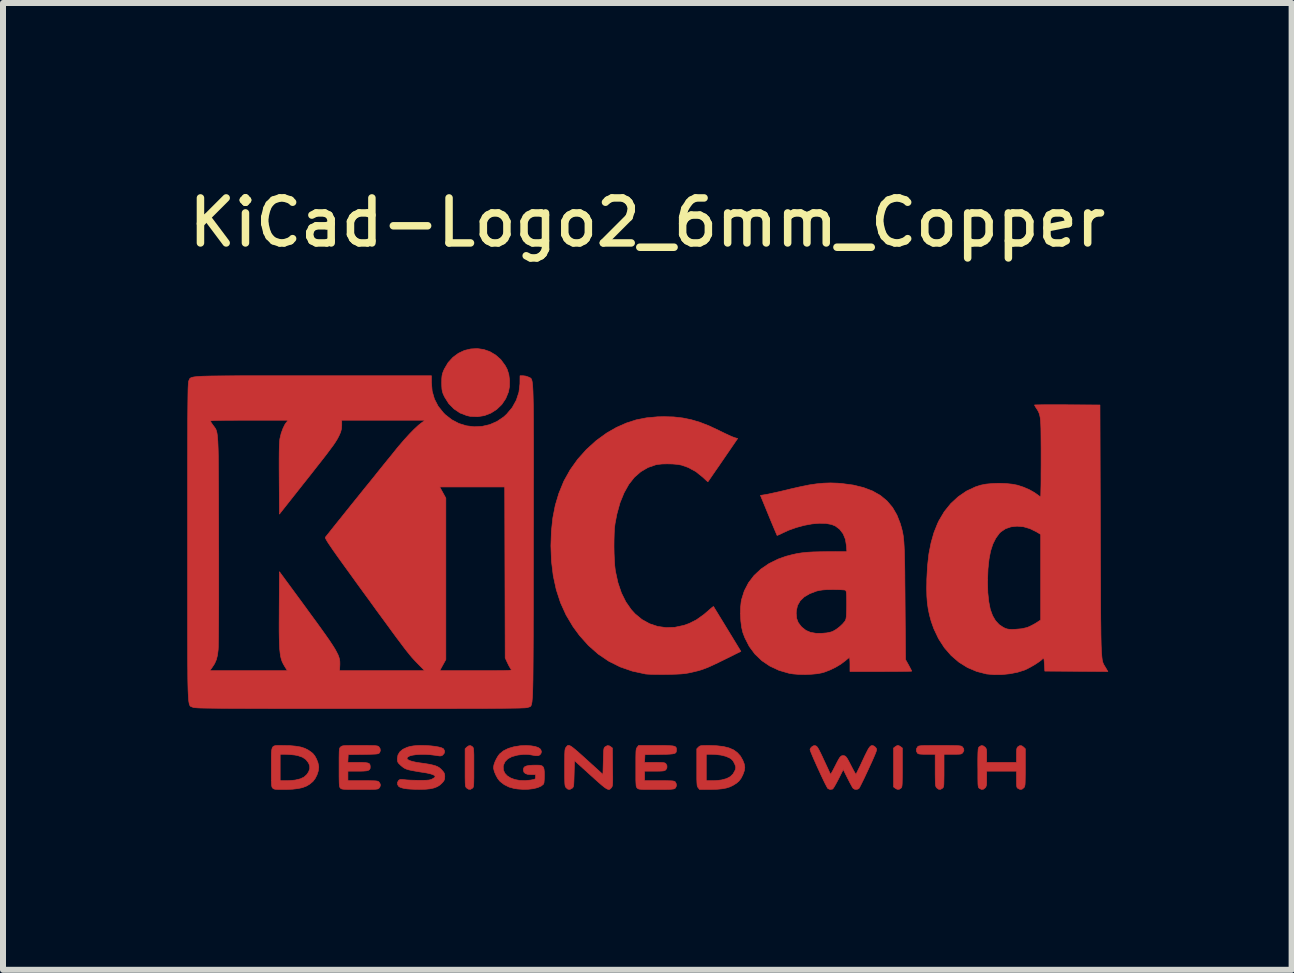
<source format=kicad_pcb>
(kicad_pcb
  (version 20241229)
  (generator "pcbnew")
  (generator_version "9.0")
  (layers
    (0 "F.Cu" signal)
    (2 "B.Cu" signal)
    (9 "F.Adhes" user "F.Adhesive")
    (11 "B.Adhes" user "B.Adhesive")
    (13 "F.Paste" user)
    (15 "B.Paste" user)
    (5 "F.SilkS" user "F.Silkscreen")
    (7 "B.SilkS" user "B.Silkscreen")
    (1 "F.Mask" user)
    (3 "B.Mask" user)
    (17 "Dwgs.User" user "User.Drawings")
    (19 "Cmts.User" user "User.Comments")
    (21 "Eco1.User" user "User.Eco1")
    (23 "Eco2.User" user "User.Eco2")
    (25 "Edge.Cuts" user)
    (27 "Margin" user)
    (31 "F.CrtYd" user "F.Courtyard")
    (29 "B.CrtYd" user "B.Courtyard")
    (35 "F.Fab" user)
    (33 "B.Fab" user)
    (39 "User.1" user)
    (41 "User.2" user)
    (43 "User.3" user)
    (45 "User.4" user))
  (footprint "KiCad-Logo2_6mm_Copper"
    (layer "F.Cu")
    (at 7.737 5.738)
    (property "Reference" "KiCad-Logo2_6mm_Copper" (at 0 -5.08 0) (layer "F.SilkS") (effects (font (size 0.75 0.75) (thickness 0.125))))
    (attr exclude_from_pos_files exclude_from_bom allow_missing_courtyard)
    (fp_poly (pts (xy 4.2 3.642) (xy 4.224 3.657) (xy 4.251 3.678) (xy 4.251 4) (xy 4.251 4.094) (xy 4.25 4.168) (xy 4.249 4.225) (xy 4.248 4.267) (xy 4.246 4.297) (xy 4.243 4.317) (xy 4.239 4.331) (xy 4.233 4.341) (xy 4.229 4.345) (xy 4.198 4.366) (xy 4.162 4.365) (xy 4.131 4.347) (xy 4.104 4.326) (xy 4.104 3.678) (xy 4.131 3.657) (xy 4.156 3.641) (xy 4.177 3.635) (xy 4.2 3.642)) (stroke (width 0.01) (type solid)) (fill yes) (layer "F.Cu"))
    (fp_poly (pts (xy -2.912 3.658) (xy -2.906 3.665) (xy -2.9 3.675) (xy -2.896 3.69) (xy -2.894 3.712) (xy -2.892 3.744) (xy -2.89 3.789) (xy -2.89 3.849) (xy -2.89 3.926) (xy -2.89 4.002) (xy -2.89 4.096) (xy -2.89 4.17) (xy -2.891 4.226) (xy -2.892 4.268) (xy -2.894 4.298) (xy -2.897 4.318) (xy -2.901 4.332) (xy -2.907 4.341) (xy -2.912 4.346) (xy -2.945 4.366) (xy -2.98 4.364) (xy -3.012 4.343) (xy -3.019 4.335) (xy -3.025 4.325) (xy -3.029 4.311) (xy -3.032 4.291) (xy -3.034 4.261) (xy -3.035 4.219) (xy -3.036 4.162) (xy -3.036 4.088) (xy -3.036 4.004) (xy -3.036 3.691) (xy -3.009 3.663) (xy -2.974 3.64) (xy -2.941 3.639) (xy -2.912 3.658)) (stroke (width 0.01) (type solid)) (fill yes) (layer "F.Cu"))
    (fp_poly (pts (xy -2.726 -2.964) (xy -2.623 -2.928) (xy -2.527 -2.871) (xy -2.441 -2.795) (xy -2.369 -2.697) (xy -2.336 -2.636) (xy -2.308 -2.55) (xy -2.295 -2.451) (xy -2.296 -2.35) (xy -2.313 -2.257) (xy -2.359 -2.145) (xy -2.425 -2.047) (xy -2.509 -1.966) (xy -2.606 -1.904) (xy -2.714 -1.862) (xy -2.829 -1.844) (xy -2.948 -1.849) (xy -3.007 -1.862) (xy -3.121 -1.906) (xy -3.222 -1.974) (xy -3.309 -2.063) (xy -3.377 -2.171) (xy -3.383 -2.183) (xy -3.403 -2.227) (xy -3.415 -2.265) (xy -3.422 -2.304) (xy -3.425 -2.355) (xy -3.426 -2.41) (xy -3.425 -2.476) (xy -3.421 -2.523) (xy -3.413 -2.562) (xy -3.399 -2.6) (xy -3.382 -2.639) (xy -3.318 -2.747) (xy -3.238 -2.834) (xy -3.147 -2.901) (xy -3.047 -2.948) (xy -2.941 -2.973) (xy -2.833 -2.979) (xy -2.726 -2.964)) (stroke (width 0.01) (type solid)) (fill yes) (layer "F.Cu"))
    (fp_poly (pts (xy 4.975 3.635) (xy 5.053 3.636) (xy 5.115 3.637) (xy 5.161 3.638) (xy 5.194 3.64) (xy 5.217 3.643) (xy 5.232 3.646) (xy 5.243 3.651) (xy 5.248 3.655) (xy 5.273 3.688) (xy 5.276 3.721) (xy 5.26 3.752) (xy 5.25 3.764) (xy 5.239 3.773) (xy 5.223 3.778) (xy 5.197 3.781) (xy 5.159 3.782) (xy 5.102 3.782) (xy 5.091 3.782) (xy 4.945 3.782) (xy 4.945 4.053) (xy 4.945 4.138) (xy 4.944 4.204) (xy 4.943 4.253) (xy 4.942 4.288) (xy 4.939 4.312) (xy 4.935 4.328) (xy 4.929 4.338) (xy 4.922 4.346) (xy 4.889 4.366) (xy 4.855 4.365) (xy 4.824 4.342) (xy 4.822 4.339) (xy 4.814 4.329) (xy 4.808 4.316) (xy 4.804 4.299) (xy 4.801 4.274) (xy 4.8 4.238) (xy 4.799 4.188) (xy 4.798 4.122) (xy 4.798 4.046) (xy 4.798 3.782) (xy 4.659 3.782) (xy 4.599 3.782) (xy 4.558 3.78) (xy 4.53 3.777) (xy 4.513 3.771) (xy 4.502 3.763) (xy 4.501 3.761) (xy 4.484 3.728) (xy 4.486 3.691) (xy 4.505 3.658) (xy 4.512 3.651) (xy 4.521 3.646) (xy 4.535 3.643) (xy 4.556 3.64) (xy 4.587 3.638) (xy 4.63 3.636) (xy 4.687 3.636) (xy 4.762 3.635) (xy 4.856 3.635) (xy 4.876 3.635) (xy 4.975 3.635)) (stroke (width 0.01) (type solid)) (fill yes) (layer "F.Cu"))
    (fp_poly (pts (xy 6.241 3.641) (xy 6.272 3.663) (xy 6.3 3.691) (xy 6.3 4) (xy 6.3 4.092) (xy 6.299 4.164) (xy 6.298 4.219) (xy 6.297 4.26) (xy 6.295 4.289) (xy 6.291 4.309) (xy 6.287 4.323) (xy 6.281 4.333) (xy 6.276 4.339) (xy 6.245 4.364) (xy 6.21 4.367) (xy 6.178 4.351) (xy 6.167 4.343) (xy 6.16 4.331) (xy 6.156 4.312) (xy 6.154 4.281) (xy 6.153 4.235) (xy 6.153 4.199) (xy 6.153 4.064) (xy 5.656 4.064) (xy 5.656 4.187) (xy 5.656 4.243) (xy 5.654 4.282) (xy 5.649 4.308) (xy 5.642 4.326) (xy 5.633 4.339) (xy 5.602 4.364) (xy 5.567 4.367) (xy 5.533 4.349) (xy 5.524 4.34) (xy 5.518 4.328) (xy 5.514 4.309) (xy 5.511 4.28) (xy 5.51 4.236) (xy 5.509 4.174) (xy 5.509 4.16) (xy 5.509 4.044) (xy 5.508 3.948) (xy 5.508 3.87) (xy 5.509 3.809) (xy 5.51 3.762) (xy 5.512 3.727) (xy 5.514 3.701) (xy 5.517 3.684) (xy 5.521 3.672) (xy 5.526 3.664) (xy 5.532 3.658) (xy 5.564 3.638) (xy 5.597 3.641) (xy 5.628 3.663) (xy 5.641 3.677) (xy 5.649 3.693) (xy 5.654 3.716) (xy 5.656 3.75) (xy 5.656 3.802) (xy 5.656 3.917) (xy 6.153 3.917) (xy 6.153 3.799) (xy 6.153 3.744) (xy 6.155 3.707) (xy 6.16 3.683) (xy 6.167 3.668) (xy 6.175 3.658) (xy 6.207 3.638) (xy 6.241 3.641)) (stroke (width 0.01) (type solid)) (fill yes) (layer "F.Cu"))
    (fp_poly (pts (xy 1.03 3.635) (xy 1.159 3.64) (xy 1.269 3.653) (xy 1.361 3.676) (xy 1.438 3.709) (xy 1.5 3.754) (xy 1.551 3.81) (xy 1.591 3.88) (xy 1.592 3.882) (xy 1.616 3.944) (xy 1.625 3.999) (xy 1.618 4.054) (xy 1.595 4.117) (xy 1.591 4.127) (xy 1.562 4.183) (xy 1.529 4.227) (xy 1.487 4.264) (xy 1.429 4.3) (xy 1.426 4.302) (xy 1.375 4.326) (xy 1.318 4.344) (xy 1.251 4.357) (xy 1.17 4.365) (xy 1.072 4.368) (xy 1.037 4.368) (xy 0.871 4.369) (xy 0.848 4.339) (xy 0.841 4.33) (xy 0.836 4.318) (xy 0.831 4.302) (xy 0.829 4.279) (xy 0.827 4.247) (xy 0.826 4.222) (xy 0.983 4.222) (xy 1.076 4.222) (xy 1.131 4.221) (xy 1.188 4.216) (xy 1.234 4.21) (xy 1.237 4.21) (xy 1.319 4.188) (xy 1.383 4.155) (xy 1.43 4.109) (xy 1.463 4.049) (xy 1.469 4.033) (xy 1.474 4.009) (xy 1.472 3.984) (xy 1.46 3.952) (xy 1.453 3.936) (xy 1.43 3.893) (xy 1.402 3.863) (xy 1.371 3.843) (xy 1.309 3.816) (xy 1.229 3.796) (xy 1.137 3.785) (xy 1.07 3.782) (xy 0.983 3.782) (xy 0.983 4.222) (xy 0.826 4.222) (xy 0.825 4.201) (xy 0.825 4.141) (xy 0.825 4.062) (xy 0.825 4) (xy 0.825 3.691) (xy 0.852 3.663) (xy 0.865 3.652) (xy 0.878 3.644) (xy 0.896 3.639) (xy 0.924 3.637) (xy 0.966 3.636) (xy 1.026 3.635) (xy 1.03 3.635)) (stroke (width 0.01) (type solid)) (fill yes) (layer "F.Cu"))
    (fp_poly (pts (xy -6.11 3.635) (xy -6.07 3.636) (xy -5.954 3.638) (xy -5.858 3.647) (xy -5.776 3.661) (xy -5.707 3.683) (xy -5.647 3.714) (xy -5.592 3.753) (xy -5.572 3.77) (xy -5.54 3.81) (xy -5.511 3.864) (xy -5.488 3.924) (xy -5.476 3.981) (xy -5.475 4.002) (xy -5.483 4.061) (xy -5.504 4.125) (xy -5.535 4.186) (xy -5.572 4.235) (xy -5.578 4.24) (xy -5.629 4.282) (xy -5.684 4.314) (xy -5.748 4.338) (xy -5.823 4.354) (xy -5.912 4.364) (xy -6.019 4.369) (xy -6.068 4.369) (xy -6.13 4.369) (xy -6.174 4.367) (xy -6.203 4.365) (xy -6.222 4.36) (xy -6.235 4.353) (xy -6.242 4.346) (xy -6.249 4.339) (xy -6.254 4.329) (xy -6.258 4.315) (xy -6.261 4.293) (xy -6.263 4.26) (xy -6.264 4.216) (xy -6.265 4.156) (xy -6.265 4.078) (xy -6.265 4.002) (xy -6.265 3.901) (xy -6.265 3.821) (xy -6.264 3.782) (xy -6.118 3.782) (xy -6.118 4.222) (xy -6.025 4.222) (xy -5.969 4.221) (xy -5.91 4.216) (xy -5.861 4.211) (xy -5.86 4.21) (xy -5.781 4.191) (xy -5.719 4.161) (xy -5.673 4.119) (xy -5.643 4.073) (xy -5.625 4.022) (xy -5.626 3.974) (xy -5.647 3.923) (xy -5.689 3.87) (xy -5.746 3.831) (xy -5.821 3.805) (xy -5.871 3.795) (xy -5.928 3.789) (xy -5.988 3.784) (xy -6.039 3.782) (xy -6.042 3.782) (xy -6.118 3.782) (xy -6.264 3.782) (xy -6.264 3.758) (xy -6.259 3.711) (xy -6.251 3.678) (xy -6.238 3.656) (xy -6.218 3.643) (xy -6.191 3.637) (xy -6.155 3.635) (xy -6.11 3.635)) (stroke (width 0.01) (type solid)) (fill yes) (layer "F.Cu"))
    (fp_poly (pts (xy -1.288 3.64) (xy -1.265 3.653) (xy -1.234 3.676) (xy -1.194 3.709) (xy -1.144 3.752) (xy -1.082 3.807) (xy -1.006 3.876) (xy -0.92 3.954) (xy -0.739 4.118) (xy -0.733 3.898) (xy -0.731 3.823) (xy -0.729 3.766) (xy -0.727 3.726) (xy -0.724 3.698) (xy -0.72 3.681) (xy -0.714 3.669) (xy -0.705 3.66) (xy -0.701 3.657) (xy -0.667 3.638) (xy -0.634 3.641) (xy -0.608 3.657) (xy -0.581 3.678) (xy -0.578 3.993) (xy -0.577 4.086) (xy -0.576 4.159) (xy -0.576 4.214) (xy -0.577 4.256) (xy -0.579 4.285) (xy -0.582 4.305) (xy -0.586 4.32) (xy -0.592 4.33) (xy -0.598 4.339) (xy -0.612 4.354) (xy -0.625 4.365) (xy -0.64 4.369) (xy -0.659 4.365) (xy -0.684 4.353) (xy -0.716 4.331) (xy -0.757 4.298) (xy -0.809 4.253) (xy -0.874 4.195) (xy -0.948 4.128) (xy -1.213 3.888) (xy -1.219 4.107) (xy -1.221 4.182) (xy -1.223 4.239) (xy -1.225 4.279) (xy -1.228 4.306) (xy -1.233 4.324) (xy -1.239 4.335) (xy -1.247 4.344) (xy -1.251 4.347) (xy -1.288 4.367) (xy -1.323 4.364) (xy -1.353 4.339) (xy -1.36 4.329) (xy -1.366 4.318) (xy -1.37 4.302) (xy -1.373 4.279) (xy -1.375 4.246) (xy -1.376 4.201) (xy -1.377 4.14) (xy -1.377 4.061) (xy -1.377 4.002) (xy -1.377 3.911) (xy -1.376 3.839) (xy -1.376 3.784) (xy -1.374 3.744) (xy -1.372 3.715) (xy -1.368 3.695) (xy -1.364 3.681) (xy -1.358 3.671) (xy -1.353 3.665) (xy -1.342 3.651) (xy -1.332 3.64) (xy -1.32 3.634) (xy -1.306 3.634) (xy -1.288 3.64)) (stroke (width 0.01) (type solid)) (fill yes) (layer "F.Cu"))
    (fp_poly (pts (xy -1.938 3.641) (xy -1.87 3.652) (xy -1.817 3.67) (xy -1.783 3.694) (xy -1.774 3.707) (xy -1.764 3.738) (xy -1.771 3.767) (xy -1.791 3.793) (xy -1.822 3.806) (xy -1.867 3.805) (xy -1.903 3.798) (xy -1.981 3.785) (xy -2.061 3.784) (xy -2.15 3.794) (xy -2.175 3.799) (xy -2.258 3.822) (xy -2.323 3.857) (xy -2.369 3.903) (xy -2.395 3.959) (xy -2.401 3.988) (xy -2.397 4.046) (xy -2.374 4.098) (xy -2.333 4.142) (xy -2.277 4.177) (xy -2.207 4.203) (xy -2.126 4.218) (xy -2.036 4.221) (xy -1.939 4.211) (xy -1.934 4.21) (xy -1.895 4.203) (xy -1.874 4.196) (xy -1.865 4.185) (xy -1.862 4.168) (xy -1.862 4.159) (xy -1.862 4.121) (xy -1.931 4.121) (xy -1.991 4.117) (xy -2.032 4.103) (xy -2.056 4.08) (xy -2.065 4.045) (xy -2.065 4.041) (xy -2.06 4.011) (xy -2.043 3.99) (xy -2.01 3.976) (xy -1.96 3.967) (xy -1.911 3.964) (xy -1.841 3.963) (xy -1.789 3.965) (xy -1.755 3.975) (xy -1.733 3.995) (xy -1.721 4.027) (xy -1.716 4.074) (xy -1.715 4.136) (xy -1.717 4.206) (xy -1.721 4.253) (xy -1.728 4.278) (xy -1.73 4.28) (xy -1.769 4.312) (xy -1.826 4.337) (xy -1.897 4.355) (xy -1.98 4.365) (xy -2.069 4.367) (xy -2.163 4.36) (xy -2.218 4.352) (xy -2.304 4.328) (xy -2.384 4.288) (xy -2.451 4.236) (xy -2.461 4.226) (xy -2.495 4.182) (xy -2.524 4.128) (xy -2.548 4.072) (xy -2.561 4.02) (xy -2.562 4.001) (xy -2.556 3.96) (xy -2.538 3.908) (xy -2.513 3.855) (xy -2.483 3.805) (xy -2.457 3.773) (xy -2.396 3.724) (xy -2.317 3.685) (xy -2.223 3.657) (xy -2.117 3.64) (xy -2.02 3.636) (xy -1.938 3.641)) (stroke (width 0.01) (type solid)) (fill yes) (layer "F.Cu"))
    (fp_poly (pts (xy 0.242 3.635) (xy 0.318 3.636) (xy 0.377 3.639) (xy 0.42 3.642) (xy 0.45 3.648) (xy 0.469 3.657) (xy 0.48 3.669) (xy 0.485 3.685) (xy 0.486 3.705) (xy 0.486 3.708) (xy 0.485 3.73) (xy 0.48 3.748) (xy 0.469 3.761) (xy 0.449 3.77) (xy 0.418 3.776) (xy 0.372 3.78) (xy 0.31 3.783) (xy 0.228 3.784) (xy 0.203 3.785) (xy -0.039 3.788) (xy -0.042 3.853) (xy -0.046 3.917) (xy 0.122 3.917) (xy 0.188 3.918) (xy 0.235 3.919) (xy 0.267 3.921) (xy 0.287 3.925) (xy 0.301 3.931) (xy 0.31 3.94) (xy 0.311 3.94) (xy 0.328 3.973) (xy 0.327 4.01) (xy 0.309 4.041) (xy 0.305 4.044) (xy 0.292 4.052) (xy 0.275 4.058) (xy 0.248 4.061) (xy 0.209 4.063) (xy 0.153 4.064) (xy 0.118 4.064) (xy -0.045 4.064) (xy -0.045 4.222) (xy 0.202 4.222) (xy 0.283 4.222) (xy 0.345 4.223) (xy 0.39 4.224) (xy 0.422 4.226) (xy 0.443 4.23) (xy 0.456 4.234) (xy 0.465 4.241) (xy 0.467 4.243) (xy 0.483 4.274) (xy 0.485 4.31) (xy 0.471 4.341) (xy 0.461 4.351) (xy 0.45 4.357) (xy 0.433 4.361) (xy 0.407 4.364) (xy 0.37 4.367) (xy 0.319 4.368) (xy 0.252 4.369) (xy 0.165 4.369) (xy 0.145 4.369) (xy 0.057 4.369) (xy -0.012 4.369) (xy -0.064 4.368) (xy -0.101 4.366) (xy -0.127 4.364) (xy -0.144 4.36) (xy -0.156 4.355) (xy -0.164 4.349) (xy -0.168 4.344) (xy -0.175 4.336) (xy -0.181 4.326) (xy -0.185 4.311) (xy -0.187 4.289) (xy -0.189 4.257) (xy -0.191 4.212) (xy -0.191 4.151) (xy -0.191 4.073) (xy -0.191 4.007) (xy -0.191 3.915) (xy -0.191 3.842) (xy -0.19 3.787) (xy -0.189 3.746) (xy -0.187 3.717) (xy -0.183 3.696) (xy -0.179 3.682) (xy -0.173 3.672) (xy -0.168 3.665) (xy -0.145 3.635) (xy 0.145 3.635) (xy 0.242 3.635)) (stroke (width 0.01) (type solid)) (fill yes) (layer "F.Cu"))
    (fp_poly (pts (xy -4.701 3.635) (xy -4.632 3.636) (xy -4.579 3.637) (xy -4.541 3.638) (xy -4.514 3.641) (xy -4.496 3.644) (xy -4.484 3.649) (xy -4.475 3.655) (xy -4.472 3.658) (xy -4.452 3.689) (xy -4.449 3.725) (xy -4.462 3.757) (xy -4.468 3.763) (xy -4.478 3.769) (xy -4.493 3.774) (xy -4.518 3.778) (xy -4.554 3.78) (xy -4.605 3.782) (xy -4.673 3.784) (xy -4.736 3.785) (xy -4.984 3.788) (xy -4.987 3.853) (xy -4.99 3.917) (xy -4.822 3.917) (xy -4.749 3.918) (xy -4.696 3.921) (xy -4.659 3.927) (xy -4.636 3.936) (xy -4.623 3.952) (xy -4.618 3.974) (xy -4.617 3.994) (xy -4.619 4.019) (xy -4.629 4.037) (xy -4.648 4.05) (xy -4.679 4.058) (xy -4.727 4.062) (xy -4.792 4.064) (xy -4.828 4.064) (xy -4.989 4.064) (xy -4.989 4.222) (xy -4.741 4.222) (xy -4.66 4.222) (xy -4.598 4.223) (xy -4.552 4.224) (xy -4.52 4.226) (xy -4.499 4.229) (xy -4.485 4.234) (xy -4.475 4.24) (xy -4.47 4.245) (xy -4.453 4.272) (xy -4.447 4.296) (xy -4.455 4.325) (xy -4.47 4.346) (xy -4.478 4.353) (xy -4.488 4.359) (xy -4.503 4.362) (xy -4.526 4.365) (xy -4.559 4.367) (xy -4.606 4.368) (xy -4.668 4.369) (xy -4.75 4.369) (xy -4.792 4.369) (xy -4.882 4.369) (xy -4.952 4.369) (xy -5.005 4.368) (xy -5.044 4.366) (xy -5.071 4.364) (xy -5.09 4.36) (xy -5.102 4.356) (xy -5.11 4.35) (xy -5.113 4.346) (xy -5.12 4.339) (xy -5.125 4.329) (xy -5.129 4.314) (xy -5.132 4.292) (xy -5.134 4.26) (xy -5.135 4.215) (xy -5.136 4.155) (xy -5.136 4.077) (xy -5.136 4.004) (xy -5.136 3.911) (xy -5.136 3.838) (xy -5.135 3.782) (xy -5.134 3.74) (xy -5.132 3.711) (xy -5.129 3.691) (xy -5.125 3.678) (xy -5.119 3.669) (xy -5.112 3.661) (xy -5.11 3.66) (xy -5.101 3.652) (xy -5.091 3.647) (xy -5.077 3.642) (xy -5.056 3.639) (xy -5.025 3.637) (xy -4.981 3.636) (xy -4.922 3.635) (xy -4.845 3.635) (xy -4.79 3.635) (xy -4.701 3.635)) (stroke (width 0.01) (type solid)) (fill yes) (layer "F.Cu"))
    (fp_poly (pts (xy 3.756 3.637) (xy 3.776 3.644) (xy 3.777 3.645) (xy 3.803 3.665) (xy 3.818 3.686) (xy 3.821 3.696) (xy 3.821 3.709) (xy 3.817 3.727) (xy 3.808 3.753) (xy 3.793 3.79) (xy 3.772 3.839) (xy 3.744 3.903) (xy 3.707 3.983) (xy 3.687 4.027) (xy 3.65 4.106) (xy 3.616 4.179) (xy 3.585 4.242) (xy 3.559 4.294) (xy 3.54 4.331) (xy 3.527 4.352) (xy 3.525 4.355) (xy 3.494 4.367) (xy 3.459 4.366) (xy 3.431 4.351) (xy 3.43 4.349) (xy 3.418 4.332) (xy 3.4 4.299) (xy 3.376 4.255) (xy 3.349 4.202) (xy 3.339 4.183) (xy 3.266 4.036) (xy 3.186 4.196) (xy 3.157 4.251) (xy 3.131 4.298) (xy 3.109 4.335) (xy 3.093 4.357) (xy 3.088 4.362) (xy 3.046 4.368) (xy 3.012 4.355) (xy 3.001 4.341) (xy 2.984 4.309) (xy 2.96 4.263) (xy 2.932 4.205) (xy 2.901 4.14) (xy 2.869 4.07) (xy 2.835 3.997) (xy 2.804 3.927) (xy 2.774 3.86) (xy 2.749 3.801) (xy 2.729 3.753) (xy 2.716 3.718) (xy 2.712 3.7) (xy 2.712 3.7) (xy 2.723 3.678) (xy 2.745 3.655) (xy 2.746 3.654) (xy 2.774 3.639) (xy 2.799 3.639) (xy 2.808 3.642) (xy 2.82 3.648) (xy 2.832 3.66) (xy 2.846 3.681) (xy 2.864 3.713) (xy 2.887 3.759) (xy 2.917 3.821) (xy 2.943 3.878) (xy 2.974 3.944) (xy 3.002 4.004) (xy 3.025 4.054) (xy 3.042 4.091) (xy 3.051 4.112) (xy 3.052 4.115) (xy 3.058 4.11) (xy 3.073 4.087) (xy 3.093 4.051) (xy 3.117 4.004) (xy 3.127 3.985) (xy 3.16 3.92) (xy 3.185 3.873) (xy 3.205 3.84) (xy 3.222 3.82) (xy 3.237 3.809) (xy 3.253 3.805) (xy 3.264 3.805) (xy 3.282 3.806) (xy 3.299 3.813) (xy 3.315 3.828) (xy 3.333 3.853) (xy 3.355 3.892) (xy 3.384 3.948) (xy 3.4 3.979) (xy 3.426 4.029) (xy 3.449 4.071) (xy 3.466 4.1) (xy 3.476 4.114) (xy 3.478 4.115) (xy 3.484 4.104) (xy 3.498 4.075) (xy 3.519 4.032) (xy 3.546 3.978) (xy 3.575 3.915) (xy 3.59 3.883) (xy 3.628 3.802) (xy 3.659 3.74) (xy 3.683 3.694) (xy 3.704 3.663) (xy 3.722 3.645) (xy 3.739 3.637) (xy 3.756 3.637)) (stroke (width 0.01) (type solid)) (fill yes) (layer "F.Cu"))
    (fp_poly (pts (xy -3.68 3.637) (xy -3.605 3.642) (xy -3.536 3.65) (xy -3.475 3.661) (xy -3.428 3.674) (xy -3.399 3.689) (xy -3.394 3.693) (xy -3.378 3.728) (xy -3.383 3.764) (xy -3.408 3.794) (xy -3.409 3.795) (xy -3.423 3.804) (xy -3.438 3.809) (xy -3.459 3.81) (xy -3.492 3.806) (xy -3.54 3.798) (xy -3.544 3.798) (xy -3.617 3.789) (xy -3.696 3.784) (xy -3.774 3.784) (xy -3.848 3.788) (xy -3.91 3.797) (xy -3.957 3.809) (xy -3.96 3.81) (xy -3.993 3.829) (xy -4.005 3.848) (xy -3.996 3.867) (xy -3.966 3.885) (xy -3.917 3.901) (xy -3.849 3.916) (xy -3.804 3.923) (xy -3.71 3.936) (xy -3.635 3.948) (xy -3.576 3.961) (xy -3.53 3.974) (xy -3.494 3.989) (xy -3.464 4.007) (xy -3.438 4.03) (xy -3.417 4.052) (xy -3.391 4.083) (xy -3.379 4.11) (xy -3.375 4.142) (xy -3.375 4.154) (xy -3.378 4.194) (xy -3.389 4.223) (xy -3.41 4.25) (xy -3.451 4.29) (xy -3.496 4.32) (xy -3.55 4.342) (xy -3.615 4.357) (xy -3.695 4.365) (xy -3.793 4.367) (xy -3.81 4.367) (xy -3.875 4.366) (xy -3.94 4.363) (xy -3.998 4.359) (xy -4.04 4.353) (xy -4.044 4.353) (xy -4.086 4.343) (xy -4.122 4.33) (xy -4.142 4.318) (xy -4.161 4.288) (xy -4.163 4.252) (xy -4.146 4.22) (xy -4.143 4.217) (xy -4.128 4.206) (xy -4.109 4.201) (xy -4.079 4.202) (xy -4.044 4.206) (xy -4.004 4.21) (xy -3.949 4.213) (xy -3.884 4.215) (xy -3.816 4.216) (xy -3.798 4.216) (xy -3.73 4.216) (xy -3.681 4.215) (xy -3.645 4.212) (xy -3.619 4.207) (xy -3.597 4.2) (xy -3.584 4.194) (xy -3.556 4.177) (xy -3.538 4.162) (xy -3.536 4.158) (xy -3.541 4.14) (xy -3.568 4.123) (xy -3.613 4.108) (xy -3.675 4.094) (xy -3.693 4.091) (xy -3.789 4.076) (xy -3.866 4.063) (xy -3.926 4.052) (xy -3.973 4.042) (xy -4.009 4.031) (xy -4.038 4.019) (xy -4.062 4.005) (xy -4.084 3.988) (xy -4.108 3.968) (xy -4.116 3.96) (xy -4.144 3.933) (xy -4.158 3.911) (xy -4.164 3.886) (xy -4.165 3.855) (xy -4.155 3.794) (xy -4.124 3.742) (xy -4.073 3.699) (xy -4.002 3.666) (xy -3.951 3.651) (xy -3.895 3.642) (xy -3.829 3.636) (xy -3.756 3.635) (xy -3.68 3.637)) (stroke (width 0.01) (type solid)) (fill yes) (layer "F.Cu"))
    (fp_poly (pts (xy 0.44 -1.84) (xy 0.588 -1.823) (xy 0.731 -1.794) (xy 0.876 -1.751) (xy 1.028 -1.692) (xy 1.192 -1.615) (xy 1.222 -1.6) (xy 1.29 -1.567) (xy 1.354 -1.537) (xy 1.408 -1.513) (xy 1.446 -1.498) (xy 1.451 -1.496) (xy 1.506 -1.48) (xy 1.26 -1.121) (xy 1.2 -1.033) (xy 1.144 -0.953) (xy 1.096 -0.883) (xy 1.057 -0.826) (xy 1.029 -0.785) (xy 1.013 -0.763) (xy 1.011 -0.759) (xy 1 -0.767) (xy 0.975 -0.789) (xy 0.939 -0.823) (xy 0.919 -0.841) (xy 0.806 -0.931) (xy 0.679 -0.999) (xy 0.57 -1.037) (xy 0.504 -1.049) (xy 0.422 -1.056) (xy 0.333 -1.058) (xy 0.247 -1.056) (xy 0.173 -1.048) (xy 0.144 -1.043) (xy 0.011 -0.997) (xy -0.108 -0.927) (xy -0.215 -0.834) (xy -0.308 -0.716) (xy -0.387 -0.575) (xy -0.454 -0.411) (xy -0.506 -0.223) (xy -0.537 -0.062) (xy -0.546 0.009) (xy -0.551 0.101) (xy -0.554 0.207) (xy -0.555 0.32) (xy -0.553 0.435) (xy -0.548 0.544) (xy -0.542 0.64) (xy -0.533 0.718) (xy -0.531 0.73) (xy -0.489 0.923) (xy -0.431 1.094) (xy -0.357 1.243) (xy -0.267 1.372) (xy -0.203 1.442) (xy -0.089 1.536) (xy 0.037 1.606) (xy 0.172 1.651) (xy 0.313 1.671) (xy 0.459 1.666) (xy 0.608 1.634) (xy 0.696 1.603) (xy 0.818 1.542) (xy 0.943 1.453) (xy 1.013 1.393) (xy 1.053 1.358) (xy 1.084 1.332) (xy 1.101 1.32) (xy 1.104 1.32) (xy 1.112 1.332) (xy 1.132 1.366) (xy 1.163 1.416) (xy 1.203 1.482) (xy 1.251 1.56) (xy 1.304 1.647) (xy 1.334 1.696) (xy 1.56 2.067) (xy 1.278 2.207) (xy 1.176 2.257) (xy 1.093 2.296) (xy 1.025 2.327) (xy 0.966 2.351) (xy 0.911 2.371) (xy 0.855 2.388) (xy 0.794 2.403) (xy 0.735 2.417) (xy 0.682 2.428) (xy 0.627 2.437) (xy 0.565 2.443) (xy 0.488 2.447) (xy 0.394 2.45) (xy 0.33 2.451) (xy 0.238 2.452) (xy 0.151 2.451) (xy 0.073 2.45) (xy 0.01 2.447) (xy -0.032 2.444) (xy -0.034 2.443) (xy -0.25 2.396) (xy -0.452 2.326) (xy -0.642 2.231) (xy -0.818 2.112) (xy -0.98 1.969) (xy -1.129 1.803) (xy -1.238 1.654) (xy -1.353 1.461) (xy -1.446 1.256) (xy -1.517 1.038) (xy -1.567 0.807) (xy -1.597 0.56) (xy -1.606 0.309) (xy -1.598 0.066) (xy -1.574 -0.158) (xy -1.533 -0.368) (xy -1.474 -0.565) (xy -1.396 -0.756) (xy -1.387 -0.776) (xy -1.284 -0.96) (xy -1.159 -1.135) (xy -1.013 -1.298) (xy -0.851 -1.445) (xy -0.676 -1.572) (xy -0.514 -1.665) (xy -0.349 -1.738) (xy -0.185 -1.791) (xy -0.013 -1.825) (xy 0.171 -1.842) (xy 0.281 -1.844) (xy 0.44 -1.84)) (stroke (width 0.01) (type solid)) (fill yes) (layer "F.Cu"))
    (fp_poly (pts (xy 6.842 -2.043) (xy 6.959 -2.043) (xy 6.999 -2.042) (xy 7.544 -2.039) (xy 7.551 0.055) (xy 7.552 0.339) (xy 7.553 0.597) (xy 7.554 0.83) (xy 7.555 1.039) (xy 7.555 1.227) (xy 7.556 1.393) (xy 7.557 1.54) (xy 7.559 1.669) (xy 7.56 1.782) (xy 7.562 1.879) (xy 7.564 1.961) (xy 7.567 2.031) (xy 7.57 2.09) (xy 7.574 2.138) (xy 7.578 2.177) (xy 7.582 2.209) (xy 7.588 2.235) (xy 7.594 2.257) (xy 7.601 2.274) (xy 7.609 2.29) (xy 7.618 2.305) (xy 7.627 2.32) (xy 7.638 2.337) (xy 7.64 2.341) (xy 7.676 2.403) (xy 7.15 2.399) (xy 6.625 2.396) (xy 6.618 2.28) (xy 6.614 2.225) (xy 6.61 2.193) (xy 6.605 2.18) (xy 6.597 2.183) (xy 6.59 2.19) (xy 6.561 2.217) (xy 6.514 2.251) (xy 6.456 2.289) (xy 6.392 2.326) (xy 6.33 2.359) (xy 6.283 2.38) (xy 6.171 2.415) (xy 6.044 2.44) (xy 5.909 2.454) (xy 5.777 2.455) (xy 5.656 2.444) (xy 5.654 2.444) (xy 5.49 2.402) (xy 5.335 2.336) (xy 5.193 2.247) (xy 5.065 2.137) (xy 4.951 2.006) (xy 4.854 1.856) (xy 4.775 1.689) (xy 4.731 1.565) (xy 4.703 1.462) (xy 4.682 1.361) (xy 4.667 1.258) (xy 4.659 1.146) (xy 4.656 1.019) (xy 4.658 0.915) (xy 5.671 0.915) (xy 5.675 1.089) (xy 5.691 1.239) (xy 5.716 1.366) (xy 5.754 1.471) (xy 5.803 1.555) (xy 5.864 1.621) (xy 5.934 1.668) (xy 5.971 1.685) (xy 6.003 1.695) (xy 6.038 1.7) (xy 6.086 1.701) (xy 6.137 1.699) (xy 6.238 1.69) (xy 6.318 1.672) (xy 6.343 1.664) (xy 6.4 1.638) (xy 6.461 1.605) (xy 6.487 1.589) (xy 6.556 1.544) (xy 6.556 0.117) (xy 6.48 0.072) (xy 6.375 0.021) (xy 6.268 -0.01) (xy 6.162 -0.019) (xy 6.061 -0.008) (xy 5.97 0.023) (xy 5.893 0.075) (xy 5.868 0.099) (xy 5.808 0.181) (xy 5.759 0.279) (xy 5.721 0.396) (xy 5.695 0.533) (xy 5.678 0.692) (xy 5.671 0.876) (xy 5.671 0.915) (xy 4.658 0.915) (xy 4.658 0.872) (xy 4.67 0.646) (xy 4.693 0.442) (xy 4.729 0.258) (xy 4.777 0.089) (xy 4.839 -0.066) (xy 4.861 -0.112) (xy 4.95 -0.262) (xy 5.058 -0.396) (xy 5.182 -0.51) (xy 5.319 -0.604) (xy 5.468 -0.674) (xy 5.557 -0.703) (xy 5.644 -0.72) (xy 5.749 -0.73) (xy 5.863 -0.734) (xy 5.977 -0.73) (xy 6.083 -0.719) (xy 6.167 -0.703) (xy 6.268 -0.67) (xy 6.366 -0.628) (xy 6.451 -0.58) (xy 6.497 -0.548) (xy 6.528 -0.525) (xy 6.55 -0.51) (xy 6.555 -0.508) (xy 6.557 -0.521) (xy 6.558 -0.559) (xy 6.559 -0.619) (xy 6.561 -0.699) (xy 6.562 -0.795) (xy 6.562 -0.906) (xy 6.563 -1.027) (xy 6.563 -1.151) (xy 6.563 -1.31) (xy 6.562 -1.444) (xy 6.561 -1.555) (xy 6.56 -1.647) (xy 6.557 -1.721) (xy 6.553 -1.781) (xy 6.548 -1.829) (xy 6.54 -1.867) (xy 6.531 -1.898) (xy 6.52 -1.925) (xy 6.507 -1.949) (xy 6.49 -1.975) (xy 6.488 -1.978) (xy 6.467 -2.011) (xy 6.455 -2.034) (xy 6.453 -2.039) (xy 6.466 -2.04) (xy 6.504 -2.041) (xy 6.563 -2.042) (xy 6.642 -2.043) (xy 6.735 -2.043) (xy 6.842 -2.043)) (stroke (width 0.01) (type solid)) (fill yes) (layer "F.Cu"))
    (fp_poly (pts (xy 3.168 -0.736) (xy 3.236 -0.731) (xy 3.43 -0.705) (xy 3.603 -0.663) (xy 3.753 -0.606) (xy 3.884 -0.532) (xy 3.994 -0.441) (xy 4.086 -0.333) (xy 4.16 -0.206) (xy 4.214 -0.069) (xy 4.227 -0.025) (xy 4.239 0.016) (xy 4.249 0.057) (xy 4.258 0.099) (xy 4.266 0.145) (xy 4.272 0.196) (xy 4.277 0.257) (xy 4.281 0.327) (xy 4.285 0.411) (xy 4.287 0.509) (xy 4.29 0.624) (xy 4.292 0.759) (xy 4.293 0.915) (xy 4.295 1.095) (xy 4.296 1.236) (xy 4.304 2.204) (xy 4.356 2.297) (xy 4.38 2.342) (xy 4.398 2.377) (xy 4.407 2.395) (xy 4.407 2.396) (xy 4.394 2.398) (xy 4.356 2.399) (xy 4.297 2.4) (xy 4.22 2.401) (xy 4.127 2.402) (xy 4.021 2.402) (xy 3.906 2.403) (xy 3.892 2.403) (xy 3.378 2.403) (xy 3.378 2.286) (xy 3.377 2.233) (xy 3.374 2.193) (xy 3.371 2.171) (xy 3.369 2.169) (xy 3.356 2.178) (xy 3.328 2.2) (xy 3.291 2.231) (xy 3.29 2.231) (xy 3.224 2.281) (xy 3.14 2.331) (xy 3.048 2.376) (xy 2.957 2.411) (xy 2.918 2.423) (xy 2.838 2.439) (xy 2.741 2.448) (xy 2.635 2.453) (xy 2.528 2.451) (xy 2.43 2.443) (xy 2.362 2.432) (xy 2.194 2.383) (xy 2.042 2.312) (xy 1.909 2.222) (xy 1.794 2.112) (xy 1.699 1.984) (xy 1.625 1.839) (xy 1.592 1.751) (xy 1.572 1.665) (xy 1.559 1.562) (xy 1.553 1.451) (xy 1.553 1.435) (xy 2.482 1.435) (xy 2.489 1.517) (xy 2.515 1.586) (xy 2.562 1.649) (xy 2.581 1.668) (xy 2.645 1.718) (xy 2.72 1.75) (xy 2.81 1.766) (xy 2.904 1.767) (xy 2.994 1.759) (xy 3.062 1.744) (xy 3.092 1.733) (xy 3.145 1.703) (xy 3.202 1.66) (xy 3.254 1.612) (xy 3.293 1.566) (xy 3.303 1.549) (xy 3.311 1.526) (xy 3.317 1.488) (xy 3.32 1.433) (xy 3.322 1.357) (xy 3.323 1.284) (xy 3.322 1.199) (xy 3.321 1.138) (xy 3.319 1.096) (xy 3.315 1.07) (xy 3.309 1.055) (xy 3.301 1.048) (xy 3.299 1.046) (xy 3.276 1.043) (xy 3.233 1.04) (xy 3.173 1.038) (xy 3.104 1.037) (xy 3.089 1.037) (xy 2.997 1.038) (xy 2.925 1.043) (xy 2.869 1.051) (xy 2.822 1.062) (xy 2.706 1.106) (xy 2.615 1.16) (xy 2.548 1.225) (xy 2.504 1.302) (xy 2.484 1.391) (xy 2.482 1.435) (xy 1.553 1.435) (xy 1.554 1.342) (xy 1.564 1.245) (xy 1.571 1.205) (xy 1.617 1.059) (xy 1.687 0.924) (xy 1.78 0.802) (xy 1.895 0.695) (xy 2.03 0.603) (xy 2.183 0.528) (xy 2.313 0.482) (xy 2.401 0.459) (xy 2.484 0.44) (xy 2.569 0.426) (xy 2.661 0.416) (xy 2.765 0.41) (xy 2.888 0.407) (xy 2.998 0.406) (xy 3.326 0.405) (xy 3.319 0.307) (xy 3.302 0.2) (xy 3.264 0.108) (xy 3.207 0.033) (xy 3.134 -0.022) (xy 3.07 -0.048) (xy 2.977 -0.065) (xy 2.867 -0.068) (xy 2.745 -0.057) (xy 2.615 -0.033) (xy 2.483 0.003) (xy 2.354 0.049) (xy 2.261 0.092) (xy 2.216 0.114) (xy 2.181 0.129) (xy 2.164 0.135) (xy 2.163 0.135) (xy 2.157 0.121) (xy 2.142 0.086) (xy 2.119 0.032) (xy 2.09 -0.037) (xy 2.056 -0.118) (xy 2.022 -0.201) (xy 1.886 -0.532) (xy 1.983 -0.548) (xy 2.025 -0.556) (xy 2.088 -0.57) (xy 2.167 -0.587) (xy 2.257 -0.608) (xy 2.351 -0.63) (xy 2.389 -0.64) (xy 2.552 -0.677) (xy 2.694 -0.706) (xy 2.822 -0.725) (xy 2.939 -0.736) (xy 3.053 -0.74) (xy 3.168 -0.736)) (stroke (width 0.01) (type solid)) (fill yes) (layer "F.Cu"))
    (fp_poly (pts (xy -5.956 -2.526) (xy -5.691 -2.526) (xy -5.568 -2.526) (xy -3.597 -2.526) (xy -3.597 -2.41) (xy -3.585 -2.269) (xy -3.547 -2.138) (xy -3.485 -2.018) (xy -3.396 -1.907) (xy -3.366 -1.877) (xy -3.258 -1.793) (xy -3.14 -1.731) (xy -3.013 -1.692) (xy -2.883 -1.676) (xy -2.752 -1.683) (xy -2.625 -1.712) (xy -2.504 -1.765) (xy -2.393 -1.84) (xy -2.343 -1.886) (xy -2.25 -1.997) (xy -2.182 -2.12) (xy -2.139 -2.252) (xy -2.122 -2.392) (xy -2.122 -2.406) (xy -2.121 -2.526) (xy -2.068 -2.526) (xy -2.022 -2.52) (xy -1.979 -2.504) (xy -1.976 -2.503) (xy -1.966 -2.498) (xy -1.957 -2.494) (xy -1.949 -2.49) (xy -1.942 -2.485) (xy -1.935 -2.477) (xy -1.929 -2.467) (xy -1.924 -2.451) (xy -1.919 -2.43) (xy -1.915 -2.402) (xy -1.911 -2.366) (xy -1.908 -2.321) (xy -1.905 -2.266) (xy -1.903 -2.199) (xy -1.901 -2.12) (xy -1.899 -2.027) (xy -1.898 -1.919) (xy -1.897 -1.795) (xy -1.897 -1.654) (xy -1.896 -1.495) (xy -1.896 -1.317) (xy -1.896 -1.118) (xy -1.896 -0.897) (xy -1.897 -0.654) (xy -1.897 -0.386) (xy -1.897 -0.094) (xy -1.898 0.224) (xy -1.898 0.263) (xy -1.898 0.584) (xy -1.899 0.878) (xy -1.899 1.147) (xy -1.899 1.392) (xy -1.9 1.614) (xy -1.9 1.814) (xy -1.901 1.994) (xy -1.902 2.154) (xy -1.903 2.296) (xy -1.904 2.421) (xy -1.905 2.529) (xy -1.907 2.623) (xy -1.909 2.702) (xy -1.911 2.769) (xy -1.914 2.825) (xy -1.918 2.87) (xy -1.921 2.906) (xy -1.926 2.934) (xy -1.931 2.954) (xy -1.936 2.969) (xy -1.942 2.979) (xy -1.949 2.986) (xy -1.956 2.99) (xy -1.965 2.993) (xy -1.974 2.995) (xy -1.983 2.999) (xy -1.986 3) (xy -1.993 3.002) (xy -2.006 3.005) (xy -2.025 3.007) (xy -2.051 3.009) (xy -2.085 3.01) (xy -2.129 3.012) (xy -2.184 3.013) (xy -2.25 3.014) (xy -2.329 3.015) (xy -2.422 3.016) (xy -2.53 3.017) (xy -2.654 3.018) (xy -2.795 3.019) (xy -2.955 3.019) (xy -3.134 3.019) (xy -3.333 3.02) (xy -3.554 3.02) (xy -3.798 3.02) (xy -4.066 3.02) (xy -4.358 3.02) (xy -4.677 3.02) (xy -4.78 3.02) (xy -5.106 3.02) (xy -5.405 3.02) (xy -5.679 3.02) (xy -5.929 3.02) (xy -6.156 3.02) (xy -6.361 3.019) (xy -6.545 3.019) (xy -6.71 3.018) (xy -6.856 3.018) (xy -6.984 3.017) (xy -7.097 3.016) (xy -7.194 3.015) (xy -7.277 3.014) (xy -7.347 3.013) (xy -7.405 3.012) (xy -7.453 3.011) (xy -7.491 3.009) (xy -7.52 3.007) (xy -7.542 3.005) (xy -7.558 3.003) (xy -7.569 3.001) (xy -7.574 2.998) (xy -7.585 2.994) (xy -7.594 2.991) (xy -7.603 2.988) (xy -7.611 2.983) (xy -7.618 2.977) (xy -7.624 2.967) (xy -7.63 2.952) (xy -7.635 2.932) (xy -7.64 2.905) (xy -7.644 2.87) (xy -7.647 2.826) (xy -7.65 2.772) (xy -7.653 2.706) (xy -7.655 2.628) (xy -7.657 2.536) (xy -7.658 2.43) (xy -7.658 2.389) (xy -7.292 2.389) (xy -5.997 2.389) (xy -6.022 2.351) (xy -6.046 2.312) (xy -6.067 2.275) (xy -6.085 2.238) (xy -6.099 2.197) (xy -6.111 2.15) (xy -6.119 2.094) (xy -6.126 2.028) (xy -6.13 1.948) (xy -6.133 1.852) (xy -6.135 1.736) (xy -6.135 1.6) (xy -6.134 1.439) (xy -6.134 1.379) (xy -6.13 0.74) (xy -5.725 1.291) (xy -5.611 1.448) (xy -5.511 1.584) (xy -5.426 1.702) (xy -5.354 1.803) (xy -5.294 1.889) (xy -5.245 1.963) (xy -5.206 2.025) (xy -5.177 2.078) (xy -5.154 2.123) (xy -5.139 2.163) (xy -5.129 2.198) (xy -5.124 2.231) (xy -5.123 2.264) (xy -5.123 2.299) (xy -5.124 2.303) (xy -5.128 2.389) (xy -3.709 2.389) (xy -3.814 2.283) (xy -3.843 2.253) (xy -3.87 2.225) (xy -3.897 2.196) (xy -3.925 2.165) (xy -3.955 2.129) (xy -3.988 2.088) (xy -4.026 2.041) (xy -4.069 1.984) (xy -4.119 1.917) (xy -4.178 1.839) (xy -4.245 1.748) (xy -4.323 1.641) (xy -4.413 1.518) (xy -4.516 1.378) (xy -4.632 1.217) (xy -4.728 1.086) (xy -4.848 0.921) (xy -4.952 0.776) (xy -5.043 0.651) (xy -5.12 0.544) (xy -5.184 0.454) (xy -5.237 0.379) (xy -5.279 0.317) (xy -5.312 0.269) (xy -5.336 0.231) (xy -5.352 0.203) (xy -5.362 0.184) (xy -5.365 0.172) (xy -5.364 0.165) (xy -5.351 0.148) (xy -5.322 0.112) (xy -5.279 0.058) (xy -5.225 -0.01) (xy -5.16 -0.091) (xy -5.086 -0.183) (xy -5.006 -0.283) (xy -4.921 -0.389) (xy -4.832 -0.499) (xy -4.742 -0.611) (xy -4.692 -0.673) (xy -3.459 -0.673) (xy -3.408 -0.58) (xy -3.357 -0.487) (xy -3.357 2.204) (xy -3.408 2.296) (xy -3.459 2.389) (xy -2.853 2.389) (xy -2.709 2.389) (xy -2.589 2.389) (xy -2.493 2.388) (xy -2.417 2.388) (xy -2.359 2.386) (xy -2.317 2.385) (xy -2.289 2.382) (xy -2.273 2.379) (xy -2.266 2.375) (xy -2.265 2.37) (xy -2.269 2.365) (xy -2.27 2.365) (xy -2.287 2.34) (xy -2.31 2.299) (xy -2.33 2.258) (xy -2.368 2.176) (xy -2.376 -0.673) (xy -3.459 -0.673) (xy -4.692 -0.673) (xy -4.651 -0.723) (xy -4.563 -0.832) (xy -4.479 -0.937) (xy -4.4 -1.035) (xy -4.328 -1.124) (xy -4.264 -1.202) (xy -4.212 -1.267) (xy -4.172 -1.317) (xy -4.148 -1.346) (xy -4.056 -1.453) (xy -3.968 -1.55) (xy -3.886 -1.634) (xy -3.814 -1.701) (xy -3.763 -1.741) (xy -3.703 -1.785) (xy -5.092 -1.785) (xy -5.092 -1.703) (xy -5.096 -1.643) (xy -5.11 -1.588) (xy -5.133 -1.535) (xy -5.148 -1.505) (xy -5.163 -1.476) (xy -5.182 -1.445) (xy -5.204 -1.41) (xy -5.232 -1.369) (xy -5.267 -1.322) (xy -5.31 -1.264) (xy -5.362 -1.195) (xy -5.426 -1.113) (xy -5.503 -1.015) (xy -5.593 -0.9) (xy -5.7 -0.765) (xy -5.712 -0.75) (xy -6.13 -0.221) (xy -6.134 -0.807) (xy -6.135 -0.983) (xy -6.135 -1.131) (xy -6.134 -1.254) (xy -6.132 -1.35) (xy -6.128 -1.421) (xy -6.124 -1.467) (xy -6.123 -1.475) (xy -6.101 -1.567) (xy -6.071 -1.649) (xy -6.038 -1.716) (xy -6.018 -1.744) (xy -5.984 -1.785) (xy -6.638 -1.785) (xy -6.794 -1.785) (xy -6.924 -1.784) (xy -7.031 -1.784) (xy -7.116 -1.782) (xy -7.182 -1.781) (xy -7.229 -1.779) (xy -7.26 -1.776) (xy -7.277 -1.773) (xy -7.282 -1.769) (xy -7.282 -1.768) (xy -7.268 -1.747) (xy -7.245 -1.714) (xy -7.233 -1.697) (xy -7.22 -1.68) (xy -7.209 -1.665) (xy -7.199 -1.65) (xy -7.19 -1.635) (xy -7.183 -1.616) (xy -7.176 -1.593) (xy -7.17 -1.565) (xy -7.165 -1.53) (xy -7.161 -1.486) (xy -7.157 -1.432) (xy -7.154 -1.367) (xy -7.151 -1.288) (xy -7.149 -1.196) (xy -7.148 -1.087) (xy -7.147 -0.961) (xy -7.146 -0.816) (xy -7.145 -0.651) (xy -7.144 -0.464) (xy -7.144 -0.253) (xy -7.143 -0.018) (xy -7.143 0.198) (xy -7.142 0.439) (xy -7.142 0.668) (xy -7.142 0.885) (xy -7.142 1.089) (xy -7.142 1.276) (xy -7.143 1.447) (xy -7.144 1.6) (xy -7.145 1.732) (xy -7.146 1.844) (xy -7.148 1.932) (xy -7.149 1.996) (xy -7.151 2.035) (xy -7.151 2.039) (xy -7.163 2.132) (xy -7.182 2.207) (xy -7.211 2.273) (xy -7.253 2.337) (xy -7.258 2.344) (xy -7.292 2.389) (xy -7.658 2.389) (xy -7.659 2.307) (xy -7.66 2.168) (xy -7.66 2.011) (xy -7.661 1.834) (xy -7.661 1.636) (xy -7.661 1.418) (xy -7.661 1.176) (xy -7.661 0.911) (xy -7.661 0.62) (xy -7.661 0.304) (xy -7.661 0.241) (xy -7.661 -0.079) (xy -7.661 -0.372) (xy -7.661 -0.641) (xy -7.661 -0.885) (xy -7.661 -1.106) (xy -7.66 -1.305) (xy -7.66 -1.484) (xy -7.659 -1.643) (xy -7.659 -1.784) (xy -7.658 -1.907) (xy -7.657 -2.015) (xy -7.656 -2.107) (xy -7.655 -2.185) (xy -7.654 -2.25) (xy -7.653 -2.304) (xy -7.651 -2.347) (xy -7.649 -2.381) (xy -7.647 -2.406) (xy -7.645 -2.425) (xy -7.643 -2.437) (xy -7.64 -2.444) (xy -7.64 -2.444) (xy -7.635 -2.455) (xy -7.631 -2.466) (xy -7.626 -2.475) (xy -7.62 -2.483) (xy -7.61 -2.49) (xy -7.596 -2.496) (xy -7.576 -2.502) (xy -7.549 -2.507) (xy -7.514 -2.511) (xy -7.469 -2.515) (xy -7.413 -2.518) (xy -7.345 -2.52) (xy -7.263 -2.522) (xy -7.166 -2.523) (xy -7.052 -2.524) (xy -6.921 -2.525) (xy -6.771 -2.526) (xy -6.601 -2.526) (xy -6.409 -2.526) (xy -6.195 -2.526) (xy -5.956 -2.526)) (stroke (width 0.01) (type solid)) (fill yes) (layer "F.Cu")))
  (gr_rect
    (start -3 -3)
    (end 18.475 13.112)
    (stroke (width 0.1) (type default))
    (fill no)
    (layer "Edge.Cuts")))
</source>
